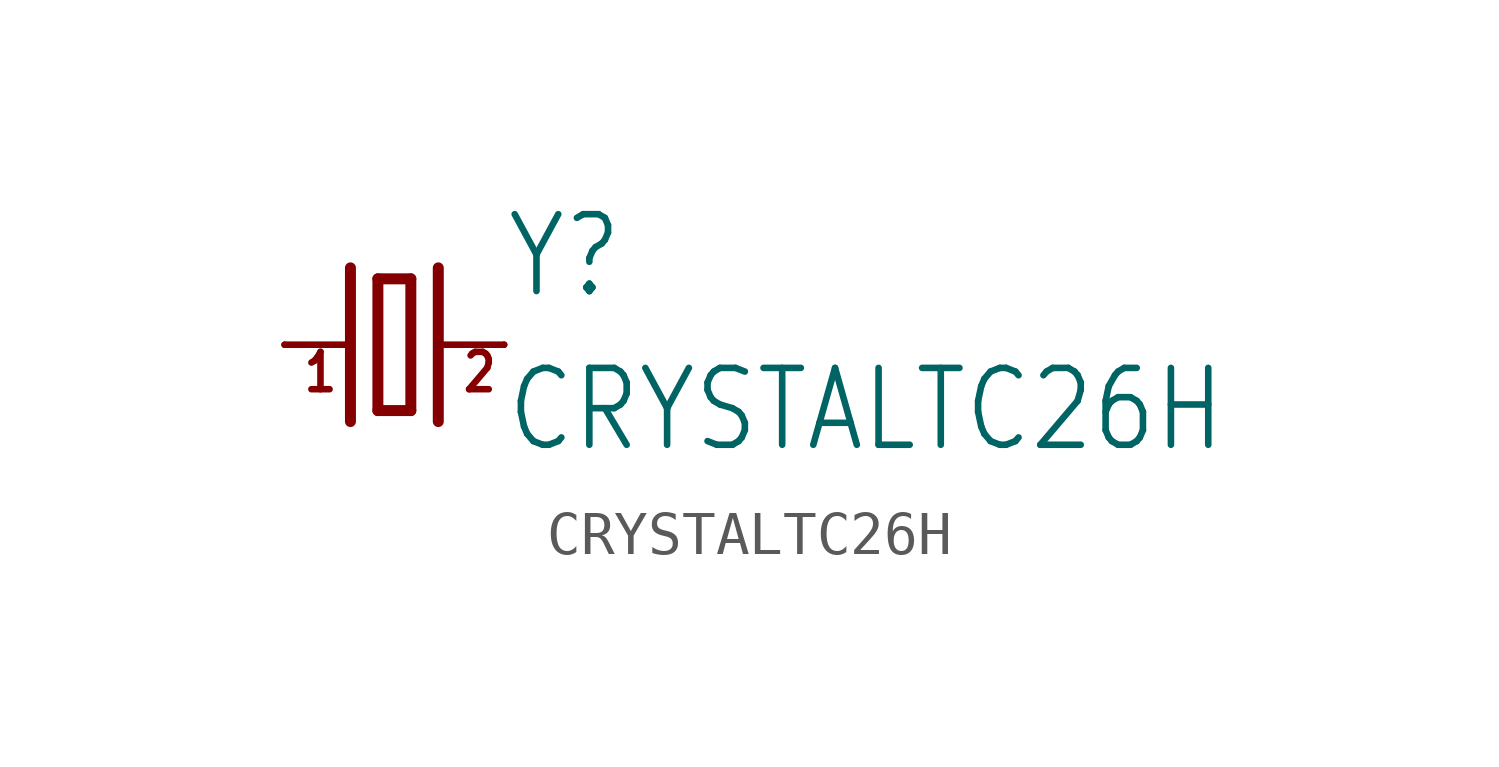
<source format=kicad_sym>
(kicad_symbol_lib
  (version 20211014)
  (generator kicad_symbol_editor)
  (symbol "CRYSTALTC26H"
    (property "Reference" "Y"
      (at 2.54 1.016 0)
      (effects (font (size 1.778 1.511)) (justify left bottom)))
    (property "Value" "CRYSTALTC26H"
      (at 2.54 -2.54 0)
      (effects (font (size 1.778 1.511)) (justify left bottom)))
    (property "ki_locked" ""
      (at 0 0 0)
      (effects (font (size 1.27 1.27))))
    (symbol "CRYSTALTC26H_1_0"
      (polyline (pts (xy -2.54 0) (xy -1.016 0)) (stroke (width 0.152) (type default) (color 0 0 0 0)) (fill (type none)))
      (polyline (pts (xy -1.016 1.778) (xy -1.016 -1.778)) (stroke (width 0.254) (type default) (color 0 0 0 0)) (fill (type none)))
      (polyline (pts (xy -0.381 -1.524) (xy 0.381 -1.524)) (stroke (width 0.254) (type default) (color 0 0 0 0)) (fill (type none)))
      (polyline (pts (xy -0.381 1.524) (xy -0.381 -1.524)) (stroke (width 0.254) (type default) (color 0 0 0 0)) (fill (type none)))
      (polyline (pts (xy 0.381 -1.524) (xy 0.381 1.524)) (stroke (width 0.254) (type default) (color 0 0 0 0)) (fill (type none)))
      (polyline (pts (xy 0.381 1.524) (xy -0.381 1.524)) (stroke (width 0.254) (type default) (color 0 0 0 0)) (fill (type none)))
      (polyline (pts (xy 1.016 0) (xy 2.54 0)) (stroke (width 0.152) (type default) (color 0 0 0 0)) (fill (type none)))
      (polyline (pts (xy 1.016 1.778) (xy 1.016 -1.778)) (stroke (width 0.254) (type default) (color 0 0 0 0)) (fill (type none)))
      (text "1" (at -2.159 -1.143 0) (effects (font (size 0.864 0.734)) (justify left bottom)))
      (text "2" (at 1.524 -1.143 0) (effects (font (size 0.864 0.734)) (justify left bottom)))
      (pin passive line (at -2.54 0 0) (length 0) (name "1" (effects (font (size 0 0)))) (number "1" (effects (font (size 0 0)))))
      (pin passive line (at 2.54 0 180) (length 0) (name "2" (effects (font (size 0 0)))) (number "2" (effects (font (size 0 0))))))))
</source>
